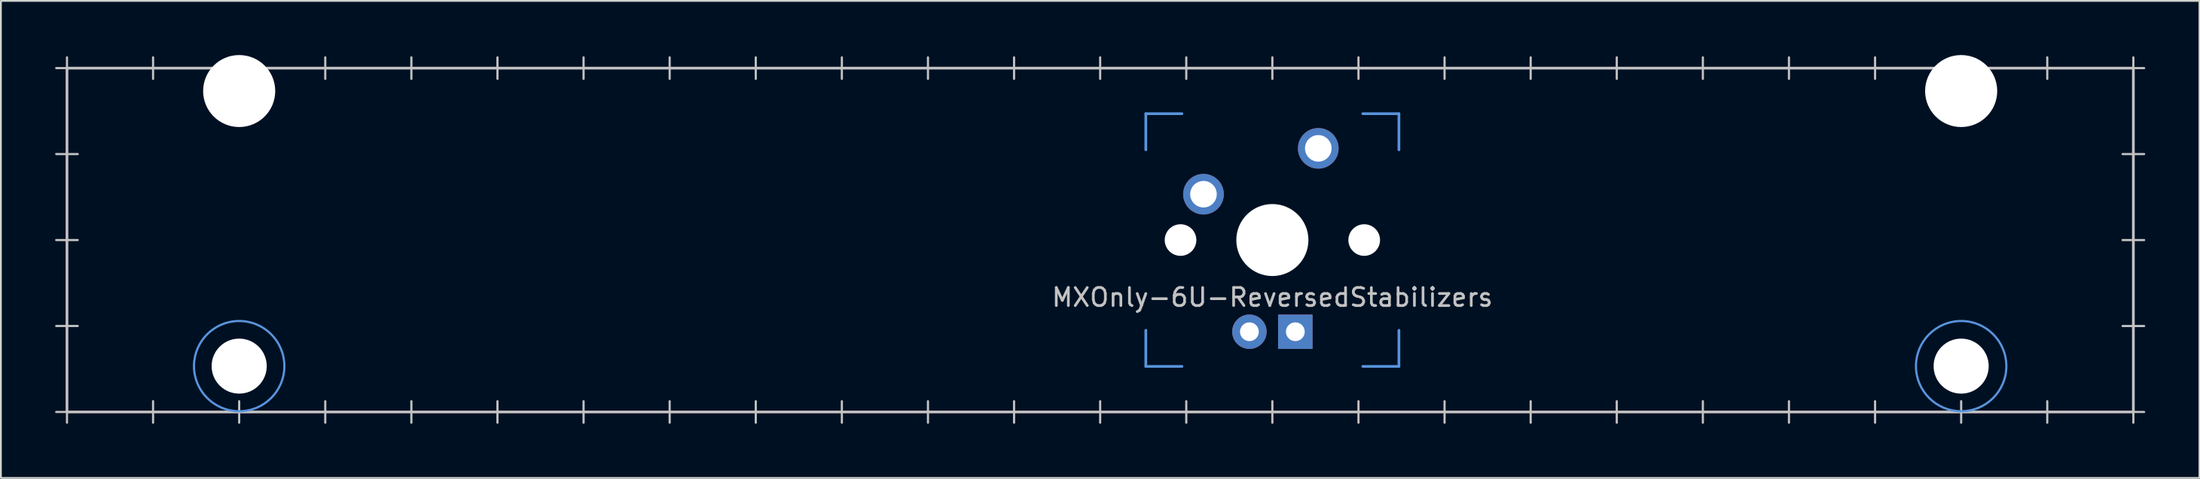
<source format=kicad_pcb>
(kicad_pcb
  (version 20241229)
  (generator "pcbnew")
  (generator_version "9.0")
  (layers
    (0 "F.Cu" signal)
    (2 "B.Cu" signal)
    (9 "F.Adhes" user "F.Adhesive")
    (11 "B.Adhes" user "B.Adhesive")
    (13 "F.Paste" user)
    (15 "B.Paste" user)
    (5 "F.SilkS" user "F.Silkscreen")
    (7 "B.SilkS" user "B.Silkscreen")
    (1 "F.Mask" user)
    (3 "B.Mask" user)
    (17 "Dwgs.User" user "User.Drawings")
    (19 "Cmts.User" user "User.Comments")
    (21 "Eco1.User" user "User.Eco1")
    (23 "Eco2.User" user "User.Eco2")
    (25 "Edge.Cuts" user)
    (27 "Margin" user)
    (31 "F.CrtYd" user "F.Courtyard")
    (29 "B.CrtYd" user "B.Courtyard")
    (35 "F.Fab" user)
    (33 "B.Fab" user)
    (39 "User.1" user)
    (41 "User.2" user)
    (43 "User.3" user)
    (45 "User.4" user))
  (footprint "MXOnly-6U-ReversedStabilizers"
    (layer "F.Cu")
    (at 57.805 10.249)
    (property "Reference" "MXOnly-6U-ReversedStabilizers" (at 9.525 3.175 0) (layer "Dwgs.User") (effects (font (size 1 1) (thickness 0.15))))
    (attr through_hole)
    (fp_line (start -57.745 -9.525) (end -57.15 -9.525) (stroke (width 0.12) (type solid)) (layer "Dwgs.User"))
    (fp_line (start -57.745 -0.000008) (end -56.555 -0.000008) (stroke (width 0.12) (type solid)) (layer "Dwgs.User"))
    (fp_line (start -57.745 4.762) (end -56.555 4.762) (stroke (width 0.12) (type solid)) (layer "Dwgs.User"))
    (fp_line (start -57.745 9.525) (end -57.15 9.525) (stroke (width 0.12) (type solid)) (layer "Dwgs.User"))
    (fp_line (start -57.15 10.12) (end -57.15 9.525) (stroke (width 0.12) (type solid)) (layer "Dwgs.User"))
    (fp_line (start -57.15 -10.12) (end -57.15 -9.525) (stroke (width 0.12) (type solid)) (layer "Dwgs.User"))
    (fp_line (start -57.15 -9.525) (end 57.15 -9.525) (stroke (width 0.15) (type solid)) (layer "Dwgs.User"))
    (fp_line (start -57.15 9.525) (end -57.15 -9.525) (stroke (width 0.15) (type solid)) (layer "Dwgs.User"))
    (fp_line (start -57.15 9.525) (end 57.15 9.525) (stroke (width 0.15) (type solid)) (layer "Dwgs.User"))
    (fp_line (start -56.555 -4.763) (end -57.745 -4.763) (stroke (width 0.12) (type solid)) (layer "Dwgs.User"))
    (fp_line (start -52.388 8.93) (end -52.388 10.12) (stroke (width 0.12) (type solid)) (layer "Dwgs.User"))
    (fp_line (start -52.388 -10.12) (end -52.388 -8.93) (stroke (width 0.12) (type solid)) (layer "Dwgs.User"))
    (fp_line (start -47.625 8.93) (end -47.625 10.12) (stroke (width 0.12) (type solid)) (layer "Dwgs.User"))
    (fp_line (start -47.625 -10.12) (end -47.625 -8.93) (stroke (width 0.12) (type solid)) (layer "Dwgs.User"))
    (fp_line (start -42.863 10.12) (end -42.863 8.93) (stroke (width 0.12) (type solid)) (layer "Dwgs.User"))
    (fp_line (start -42.863 -8.93) (end -42.863 -10.12) (stroke (width 0.12) (type solid)) (layer "Dwgs.User"))
    (fp_line (start -38.1 8.93) (end -38.1 10.12) (stroke (width 0.12) (type solid)) (layer "Dwgs.User"))
    (fp_line (start -38.1 -10.12) (end -38.1 -8.93) (stroke (width 0.12) (type solid)) (layer "Dwgs.User"))
    (fp_line (start -33.338 10.12) (end -33.338 8.93) (stroke (width 0.12) (type solid)) (layer "Dwgs.User"))
    (fp_line (start -33.338 -8.93) (end -33.338 -10.12) (stroke (width 0.12) (type solid)) (layer "Dwgs.User"))
    (fp_line (start -28.575 8.93) (end -28.575 10.12) (stroke (width 0.12) (type solid)) (layer "Dwgs.User"))
    (fp_line (start -28.575 -10.12) (end -28.575 -8.93) (stroke (width 0.12) (type solid)) (layer "Dwgs.User"))
    (fp_line (start -23.813 10.12) (end -23.813 8.93) (stroke (width 0.12) (type solid)) (layer "Dwgs.User"))
    (fp_line (start -23.813 -8.93) (end -23.813 -10.12) (stroke (width 0.12) (type solid)) (layer "Dwgs.User"))
    (fp_line (start -19.05 8.93) (end -19.05 10.12) (stroke (width 0.12) (type solid)) (layer "Dwgs.User"))
    (fp_line (start -19.05 -10.12) (end -19.05 -8.93) (stroke (width 0.12) (type solid)) (layer "Dwgs.User"))
    (fp_line (start -14.288 10.12) (end -14.288 8.93) (stroke (width 0.12) (type solid)) (layer "Dwgs.User"))
    (fp_line (start -14.288 -8.93) (end -14.288 -10.12) (stroke (width 0.12) (type solid)) (layer "Dwgs.User"))
    (fp_line (start -9.525 8.93) (end -9.525 10.12) (stroke (width 0.12) (type solid)) (layer "Dwgs.User"))
    (fp_line (start -9.525 -10.12) (end -9.525 -8.93) (stroke (width 0.12) (type solid)) (layer "Dwgs.User"))
    (fp_line (start -4.763 10.12) (end -4.763 8.93) (stroke (width 0.12) (type solid)) (layer "Dwgs.User"))
    (fp_line (start -4.763 -8.93) (end -4.763 -10.12) (stroke (width 0.12) (type solid)) (layer "Dwgs.User"))
    (fp_line (start 0 -8.93) (end 0 -10.12) (stroke (width 0.12) (type solid)) (layer "Dwgs.User"))
    (fp_line (start 0 10.12) (end 0 8.93) (stroke (width 0.12) (type solid)) (layer "Dwgs.User"))
    (fp_line (start 4.763 -10.12) (end 4.763 -8.93) (stroke (width 0.12) (type solid)) (layer "Dwgs.User"))
    (fp_line (start 4.763 8.93) (end 4.763 10.12) (stroke (width 0.12) (type solid)) (layer "Dwgs.User"))
    (fp_line (start 9.525 -8.93) (end 9.525 -10.12) (stroke (width 0.12) (type solid)) (layer "Dwgs.User"))
    (fp_line (start 9.525 10.12) (end 9.525 8.93) (stroke (width 0.12) (type solid)) (layer "Dwgs.User"))
    (fp_line (start 14.288 -10.12) (end 14.288 -8.93) (stroke (width 0.12) (type solid)) (layer "Dwgs.User"))
    (fp_line (start 14.288 8.93) (end 14.288 10.12) (stroke (width 0.12) (type solid)) (layer "Dwgs.User"))
    (fp_line (start 19.05 -8.93) (end 19.05 -10.12) (stroke (width 0.12) (type solid)) (layer "Dwgs.User"))
    (fp_line (start 19.05 10.12) (end 19.05 8.93) (stroke (width 0.12) (type solid)) (layer "Dwgs.User"))
    (fp_line (start 23.813 -10.12) (end 23.813 -8.93) (stroke (width 0.12) (type solid)) (layer "Dwgs.User"))
    (fp_line (start 23.813 8.93) (end 23.813 10.12) (stroke (width 0.12) (type solid)) (layer "Dwgs.User"))
    (fp_line (start 28.575 -8.93) (end 28.575 -10.12) (stroke (width 0.12) (type solid)) (layer "Dwgs.User"))
    (fp_line (start 28.575 10.12) (end 28.575 8.93) (stroke (width 0.12) (type solid)) (layer "Dwgs.User"))
    (fp_line (start 33.338 -10.12) (end 33.338 -8.93) (stroke (width 0.12) (type solid)) (layer "Dwgs.User"))
    (fp_line (start 33.338 8.93) (end 33.338 10.12) (stroke (width 0.12) (type solid)) (layer "Dwgs.User"))
    (fp_line (start 38.1 -8.93) (end 38.1 -10.12) (stroke (width 0.12) (type solid)) (layer "Dwgs.User"))
    (fp_line (start 38.1 10.12) (end 38.1 8.93) (stroke (width 0.12) (type solid)) (layer "Dwgs.User"))
    (fp_line (start 42.863 -10.12) (end 42.863 -8.93) (stroke (width 0.12) (type solid)) (layer "Dwgs.User"))
    (fp_line (start 42.863 8.93) (end 42.863 10.12) (stroke (width 0.12) (type solid)) (layer "Dwgs.User"))
    (fp_line (start 47.625 -8.93) (end 47.625 -10.12) (stroke (width 0.12) (type solid)) (layer "Dwgs.User"))
    (fp_line (start 47.625 10.12) (end 47.625 8.93) (stroke (width 0.12) (type solid)) (layer "Dwgs.User"))
    (fp_line (start 52.388 -10.12) (end 52.388 -8.93) (stroke (width 0.12) (type solid)) (layer "Dwgs.User"))
    (fp_line (start 52.388 8.93) (end 52.388 10.12) (stroke (width 0.12) (type solid)) (layer "Dwgs.User"))
    (fp_line (start 56.555 4.763) (end 57.745 4.763) (stroke (width 0.12) (type solid)) (layer "Dwgs.User"))
    (fp_line (start 57.15 -9.525) (end 57.15 9.525) (stroke (width 0.15) (type solid)) (layer "Dwgs.User"))
    (fp_line (start 57.15 10.12) (end 57.15 9.525) (stroke (width 0.12) (type solid)) (layer "Dwgs.User"))
    (fp_line (start 57.15 -10.12) (end 57.15 -9.525) (stroke (width 0.12) (type solid)) (layer "Dwgs.User"))
    (fp_line (start 57.745 -9.525) (end 57.15 -9.525) (stroke (width 0.12) (type solid)) (layer "Dwgs.User"))
    (fp_line (start 57.745 -4.763) (end 56.555 -4.763) (stroke (width 0.12) (type solid)) (layer "Dwgs.User"))
    (fp_line (start 57.745 0) (end 56.555 0) (stroke (width 0.12) (type solid)) (layer "Dwgs.User"))
    (fp_line (start 57.745 9.525) (end 57.15 9.525) (stroke (width 0.12) (type solid)) (layer "Dwgs.User"))
    (fp_line (start 2.525 -7) (end 2.525 -5) (stroke (width 0.15) (type solid)) (layer "Cmts.User"))
    (fp_line (start 2.525 7) (end 2.525 5) (stroke (width 0.15) (type solid)) (layer "Cmts.User"))
    (fp_line (start 4.525 -7) (end 2.525 -7) (stroke (width 0.15) (type solid)) (layer "Cmts.User"))
    (fp_line (start 4.525 7) (end 2.525 7) (stroke (width 0.15) (type solid)) (layer "Cmts.User"))
    (fp_line (start 14.525 -7) (end 16.525 -7) (stroke (width 0.15) (type solid)) (layer "Cmts.User"))
    (fp_line (start 16.525 -7) (end 16.525 -5) (stroke (width 0.15) (type solid)) (layer "Cmts.User"))
    (fp_line (start 16.525 5) (end 16.525 7) (stroke (width 0.15) (type solid)) (layer "Cmts.User"))
    (fp_line (start 16.525 7) (end 14.525 7) (stroke (width 0.15) (type solid)) (layer "Cmts.User"))
    (fp_circle (center -47.625 6.985) (end -45.125 6.985) (stroke (width 0.12) (type solid)) (fill no) (layer "Cmts.User"))
    (fp_circle (center 47.625 6.985) (end 50.125 6.985) (stroke (width 0.12) (type solid)) (fill no) (layer "Cmts.User"))
    (pad "" np_thru_hole circle (at -47.625 -8.255) (size 3.988 3.988) (drill 3.988) (layers "*.Cu" "*.Mask"))
    (pad "" np_thru_hole circle (at -47.625 6.985) (size 3.048 3.048) (drill 3.048) (layers "*.Cu" "*.Mask"))
    (pad "" np_thru_hole circle (at 4.445 0 48.1) (size 1.75 1.75) (drill 1.75) (layers "*.Cu" "*.Mask"))
    (pad "" np_thru_hole circle (at 9.525 0) (size 3.988 3.988) (drill 3.988) (layers "*.Cu" "*.Mask"))
    (pad "" np_thru_hole circle (at 14.605 0 48.1) (size 1.75 1.75) (drill 1.75) (layers "*.Cu" "*.Mask"))
    (pad "" np_thru_hole circle (at 47.625 -8.255) (size 3.988 3.988) (drill 3.988) (layers "*.Cu" "*.Mask"))
    (pad "" np_thru_hole circle (at 47.625 6.985) (size 3.048 3.048) (drill 3.048) (layers "*.Cu" "*.Mask"))
    (pad "1" thru_hole circle (at 5.715 -2.54) (size 2.25 2.25) (drill 1.47) (layers "*.Cu" "B.Mask"))
    (pad "2" thru_hole circle (at 12.065 -5.08) (size 2.25 2.25) (drill 1.47) (layers "*.Cu" "B.Mask"))
    (pad "3" thru_hole circle (at 8.255 5.08) (size 1.905 1.905) (drill 1.04) (layers "*.Cu" "B.Mask"))
    (pad "4" thru_hole rect (at 10.795 5.08) (size 1.905 1.905) (drill 1.04) (layers "*.Cu" "B.Mask")))
  (gr_rect
    (start -3 -3)
    (end 118.611 23.429)
    (stroke (width 0.1) (type default))
    (fill no)
    (layer "Edge.Cuts")))
</source>
